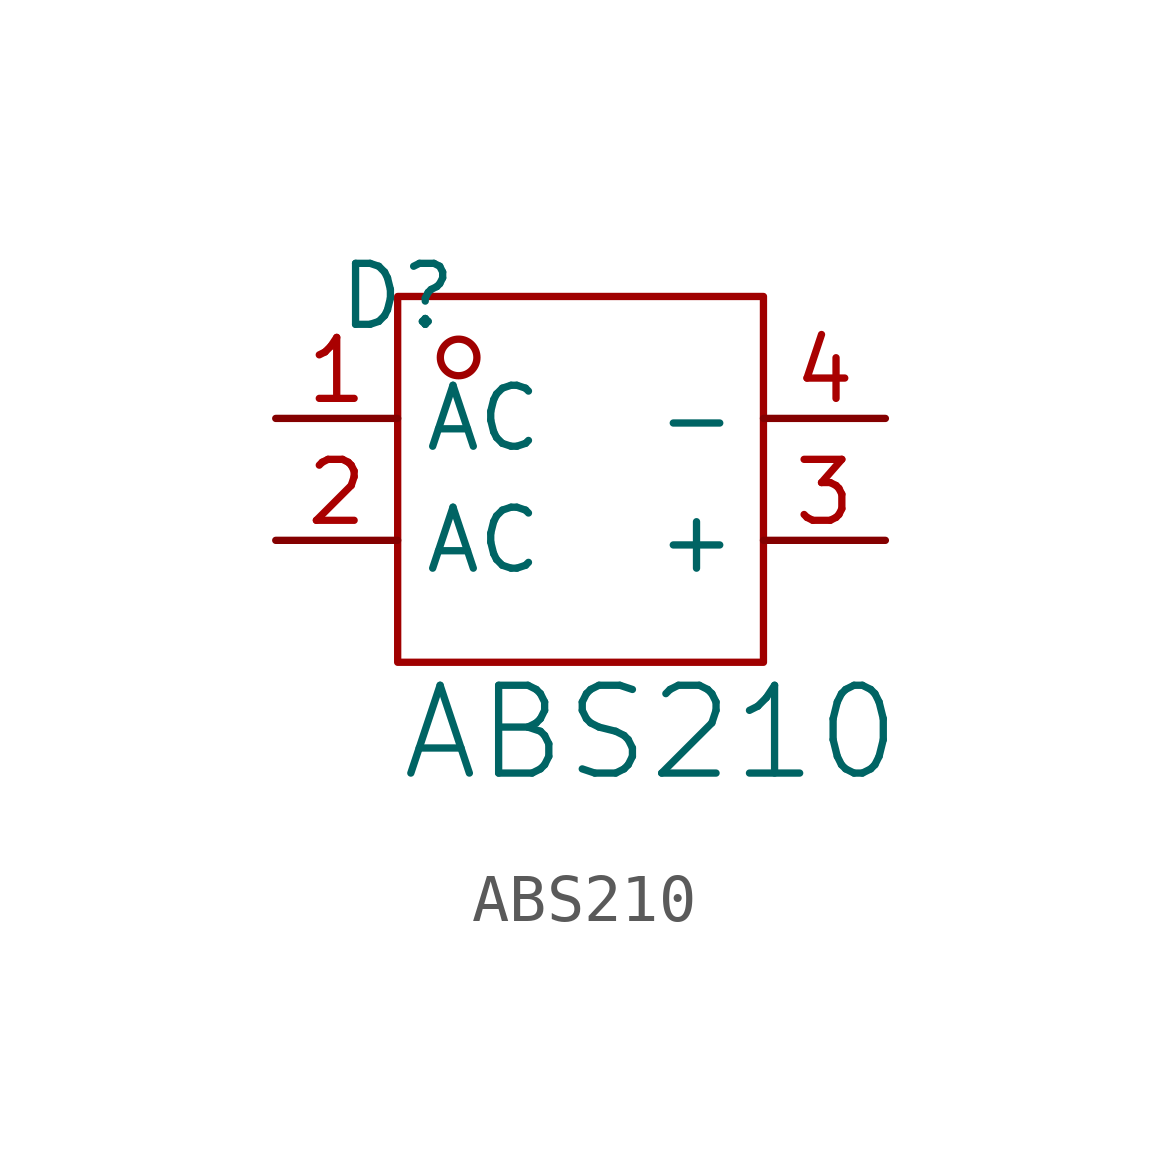
<source format=kicad_sym>
(kicad_symbol_lib
  (version 20241209)
  (generator "kicad_symbol_editor")
  (generator_version "9.0")
  (symbol "ABS210"
    (property "Reference" "D"
      (at -3.81 3.81 0)
      (effects (font (size 1.27 1.27))))
    (property "Value" "ABS210"
      (at -3.81 -6.35 0)
      (effects (font (size 1.829 1.829)) (justify left bottom)))
    (property "Manufacturer Part" "ABS210"
      (at 0 0 0)
      (effects (font (size 1.27 1.27)) (justify left bottom) (hide yes)))
    (symbol "ABS210_1_0"
      (rectangle (start -3.81 3.81) (end 3.81 -3.81) (stroke (width 0) (type solid) (color 160 0 0 1)) (fill (type none)))
      (circle (center -2.54 2.54) (radius 0.381) (stroke (width 0) (type solid) (color 160 0 0 1)) (fill (type none)))
      (pin passive line (at -6.35 1.27 0) (length 2.54) (name "AC" (effects (font (size 1.27 1.27)))) (number "1" (effects (font (size 1.27 1.27)))))
      (pin passive line (at -6.35 -1.27 0) (length 2.54) (name "AC" (effects (font (size 1.27 1.27)))) (number "2" (effects (font (size 1.27 1.27)))))
      (pin passive line (at 6.35 1.27 180) (length 2.54) (name "-" (effects (font (size 1.27 1.27)))) (number "4" (effects (font (size 1.27 1.27)))))
      (pin passive line (at 6.35 -1.27 180) (length 2.54) (name "+" (effects (font (size 1.27 1.27)))) (number "3" (effects (font (size 1.27 1.27))))))))
</source>
